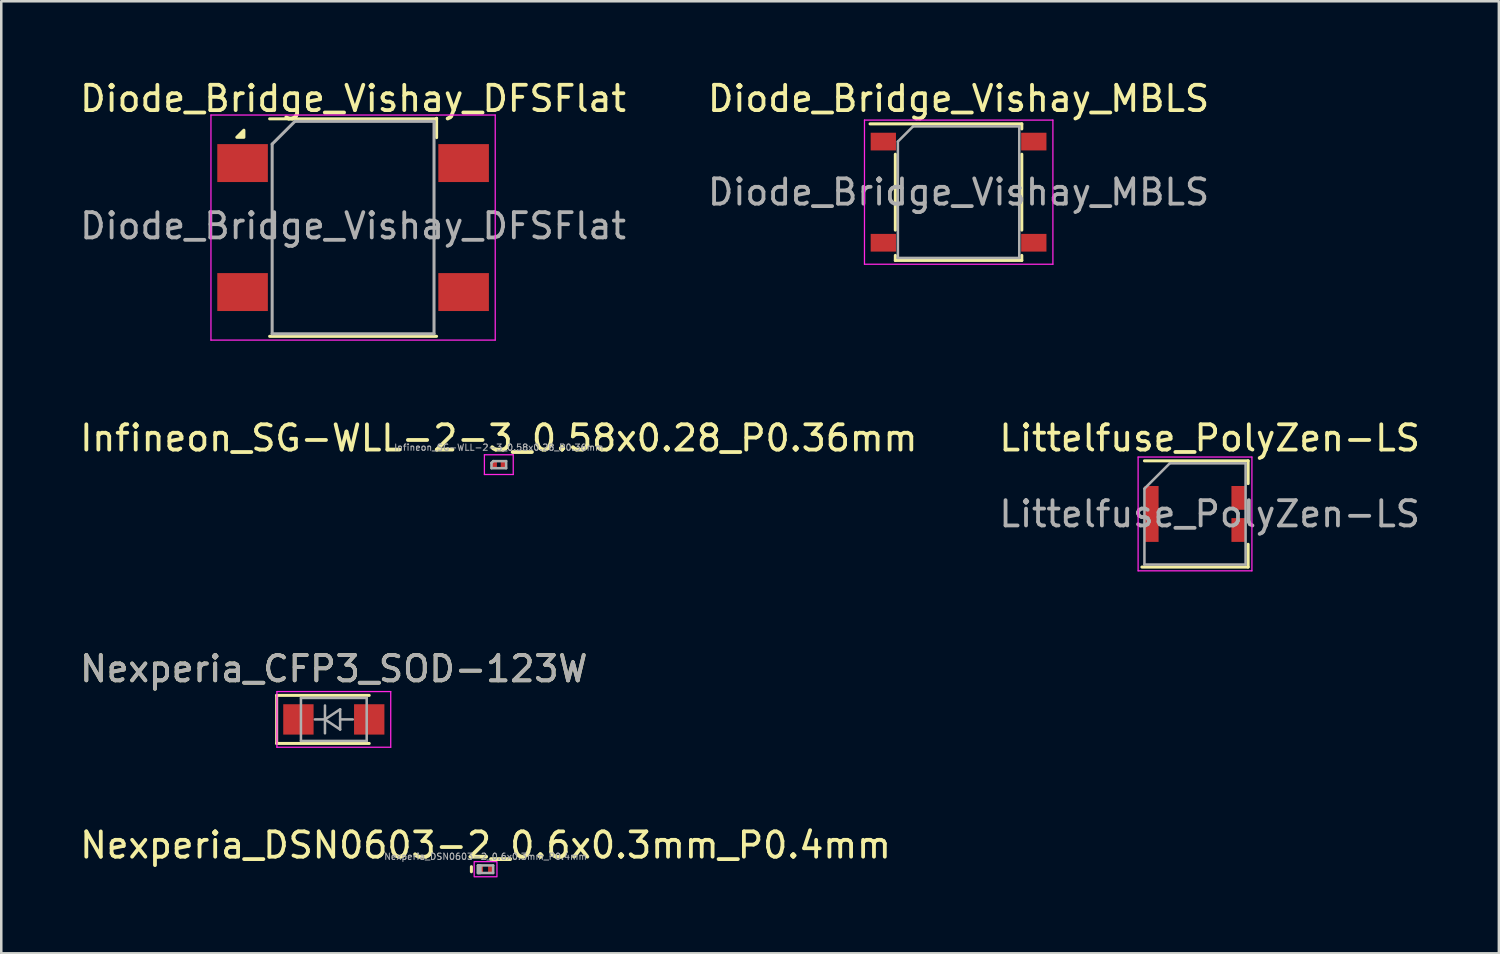
<source format=kicad_pcb>
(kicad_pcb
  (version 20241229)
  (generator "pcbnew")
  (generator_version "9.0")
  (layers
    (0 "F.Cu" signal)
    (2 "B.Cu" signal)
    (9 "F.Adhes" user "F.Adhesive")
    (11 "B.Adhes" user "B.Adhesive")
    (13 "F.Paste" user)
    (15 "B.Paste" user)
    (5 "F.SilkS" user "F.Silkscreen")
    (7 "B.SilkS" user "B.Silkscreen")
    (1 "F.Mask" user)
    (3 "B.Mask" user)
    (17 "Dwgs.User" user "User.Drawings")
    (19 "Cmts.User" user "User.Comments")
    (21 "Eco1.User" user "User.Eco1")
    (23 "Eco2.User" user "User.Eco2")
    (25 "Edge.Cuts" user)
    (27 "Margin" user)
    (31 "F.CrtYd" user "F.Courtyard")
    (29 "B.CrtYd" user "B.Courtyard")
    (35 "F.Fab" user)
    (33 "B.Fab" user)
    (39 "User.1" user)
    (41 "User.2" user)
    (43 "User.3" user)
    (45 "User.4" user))
  (footprint "Diode_Bridge_Vishay_MBLS"
    (layer "F.Cu")
    (at 34.851 4.548)
    (property "Reference" "Diode_Bridge_Vishay_MBLS" (at 0 -3.7 0) (layer "F.SilkS") (effects (font (size 1 1) (thickness 0.15))))
    (attr smd)
    (fp_line (start -2.5 1.5) (end -2.5 -1.5) (stroke (width 0.12) (type solid)) (layer "F.SilkS"))
    (fp_line (start -2.5 2.7) (end -2.5 2.5) (stroke (width 0.12) (type solid)) (layer "F.SilkS"))
    (fp_line (start 2.5 -2.7) (end -3.5 -2.7) (stroke (width 0.12) (type solid)) (layer "F.SilkS"))
    (fp_line (start 2.5 -2.5) (end 2.5 -2.7) (stroke (width 0.12) (type solid)) (layer "F.SilkS"))
    (fp_line (start 2.5 -1.5) (end 2.5 1.5) (stroke (width 0.12) (type solid)) (layer "F.SilkS"))
    (fp_line (start 2.5 2.5) (end 2.5 2.7) (stroke (width 0.12) (type solid)) (layer "F.SilkS"))
    (fp_line (start 2.5 2.7) (end -2.5 2.7) (stroke (width 0.12) (type solid)) (layer "F.SilkS"))
    (fp_line (start -3.72 -2.85) (end -3.72 2.85) (stroke (width 0.05) (type solid)) (layer "F.CrtYd"))
    (fp_line (start -3.72 -2.85) (end 3.73 -2.85) (stroke (width 0.05) (type solid)) (layer "F.CrtYd"))
    (fp_line (start 3.73 2.85) (end -3.72 2.85) (stroke (width 0.05) (type solid)) (layer "F.CrtYd"))
    (fp_line (start 3.73 2.85) (end 3.73 -2.85) (stroke (width 0.05) (type solid)) (layer "F.CrtYd"))
    (fp_line (start -2.4 -2) (end -2.4 2.6) (stroke (width 0.1) (type solid)) (layer "F.Fab"))
    (fp_line (start -2.4 2.6) (end 2.4 2.6) (stroke (width 0.1) (type solid)) (layer "F.Fab"))
    (fp_line (start -1.8 -2.6) (end -2.4 -2) (stroke (width 0.1) (type solid)) (layer "F.Fab"))
    (fp_line (start 2.4 -2.6) (end -1.8 -2.6) (stroke (width 0.1) (type solid)) (layer "F.Fab"))
    (fp_line (start 2.4 2.6) (end 2.4 -2.6) (stroke (width 0.1) (type solid)) (layer "F.Fab"))
    (fp_text user "${REFERENCE}" (at 0 0 0) (layer "F.Fab") (effects (font (size 1 1) (thickness 0.15))))
    (pad "1" smd rect (at -2.975 -2) (size 1 0.7) (layers "F.Cu" "F.Mask" "F.Paste"))
    (pad "2" smd rect (at 2.975 -2) (size 1 0.7) (layers "F.Cu" "F.Mask" "F.Paste"))
    (pad "3" smd rect (at 2.975 2) (size 1 0.7) (layers "F.Cu" "F.Mask" "F.Paste"))
    (pad "4" smd rect (at -2.975 2) (size 1 0.7) (layers "F.Cu" "F.Mask" "F.Paste")))
  (footprint "Nexperia_CFP3_SOD-123W"
    (layer "F.Cu")
    (at 10.149 25.395)
    (property "Reference" "Nexperia_CFP3_SOD-123W" (at 0 -2 0) (layer "F.SilkS") (effects (font (size 1 1) (thickness 0.15))))
    (attr smd)
    (fp_line (start -2.26 -0.95) (end -2.26 0.95) (stroke (width 0.12) (type solid)) (layer "F.SilkS"))
    (fp_line (start -2.26 -0.95) (end 1.4 -0.95) (stroke (width 0.12) (type solid)) (layer "F.SilkS"))
    (fp_line (start -2.26 0.95) (end 1.4 0.95) (stroke (width 0.12) (type solid)) (layer "F.SilkS"))
    (fp_line (start -2.25 -1.1) (end -2.25 1.1) (stroke (width 0.05) (type solid)) (layer "F.CrtYd"))
    (fp_line (start -2.25 -1.1) (end 2.25 -1.1) (stroke (width 0.05) (type solid)) (layer "F.CrtYd"))
    (fp_line (start 2.25 -1.1) (end 2.25 1.1) (stroke (width 0.05) (type solid)) (layer "F.CrtYd"))
    (fp_line (start 2.25 1.1) (end -2.25 1.1) (stroke (width 0.05) (type solid)) (layer "F.CrtYd"))
    (fp_line (start -1.3 -0.85) (end 1.3 -0.85) (stroke (width 0.1) (type solid)) (layer "F.Fab"))
    (fp_line (start -1.3 0.85) (end -1.3 -0.85) (stroke (width 0.1) (type solid)) (layer "F.Fab"))
    (fp_line (start -0.75 0) (end -0.35 0) (stroke (width 0.1) (type solid)) (layer "F.Fab"))
    (fp_line (start -0.35 -0.55) (end -0.35 0.55) (stroke (width 0.1) (type solid)) (layer "F.Fab"))
    (fp_line (start -0.35 0) (end 0.25 -0.4) (stroke (width 0.1) (type solid)) (layer "F.Fab"))
    (fp_line (start -0.35 0) (end 0.25 0.4) (stroke (width 0.1) (type solid)) (layer "F.Fab"))
    (fp_line (start 0.25 -0.4) (end 0.25 0.4) (stroke (width 0.1) (type solid)) (layer "F.Fab"))
    (fp_line (start 0.75 0) (end 0.25 0) (stroke (width 0.1) (type solid)) (layer "F.Fab"))
    (fp_line (start 1.3 -0.85) (end 1.3 0.85) (stroke (width 0.1) (type solid)) (layer "F.Fab"))
    (fp_line (start 1.3 0.85) (end -1.3 0.85) (stroke (width 0.1) (type solid)) (layer "F.Fab"))
    (fp_text user "${REFERENCE}" (at 0 -2 0) (layer "F.Fab") (effects (font (size 1 1) (thickness 0.15))))
    (pad "1" smd rect (at -1.4 0) (size 1.2 1.2) (layers "F.Cu" "F.Mask" "F.Paste"))
    (pad "2" smd rect (at 1.4 0) (size 1.2 1.2) (layers "F.Cu" "F.Mask" "F.Paste")))
  (footprint "Infineon_SG-WLL-2-3_0.58x0.28_P0.36mm"
    (layer "F.Cu")
    (at 16.673 15.322)
    (property "Reference" "Infineon_SG-WLL-2-3_0.58x0.28_P0.36mm" (at 0 -1.05 0) (layer "F.SilkS") (effects (font (size 1 1) (thickness 0.15))))
    (attr smd)
    (fp_line (start -0.57 -0.39) (end -0.57 0.39) (stroke (width 0.05) (type solid)) (layer "F.CrtYd"))
    (fp_line (start -0.57 0.39) (end 0.57 0.39) (stroke (width 0.05) (type solid)) (layer "F.CrtYd"))
    (fp_line (start 0.57 -0.39) (end -0.57 -0.39) (stroke (width 0.05) (type solid)) (layer "F.CrtYd"))
    (fp_line (start 0.57 0.39) (end 0.57 -0.39) (stroke (width 0.05) (type solid)) (layer "F.CrtYd"))
    (fp_line (start -0.29 -0.07) (end -0.22 -0.14) (stroke (width 0.1) (type solid)) (layer "F.Fab"))
    (fp_line (start -0.29 0.14) (end -0.29 -0.07) (stroke (width 0.1) (type solid)) (layer "F.Fab"))
    (fp_line (start -0.22 -0.14) (end 0.29 -0.14) (stroke (width 0.1) (type solid)) (layer "F.Fab"))
    (fp_line (start 0.29 -0.14) (end 0.29 0.14) (stroke (width 0.1) (type solid)) (layer "F.Fab"))
    (fp_line (start 0.29 0.14) (end -0.29 0.14) (stroke (width 0.1) (type solid)) (layer "F.Fab"))
    (fp_text user "${REFERENCE}" (at 0 -0.68 0) (layer "F.Fab") (effects (font (size 0.25 0.25) (thickness 0.04))))
    (pad "" smd roundrect (at -0.185 0) (size 0.21 0.29) (layers "F.Paste") (roundrect_rratio 0.476))
    (pad "" smd roundrect (at 0.185 0) (size 0.21 0.29) (layers "F.Paste") (roundrect_rratio 0.476))
    (pad "1" smd roundrect (at -0.185 0) (size 0.22 0.3) (layers "F.Cu" "F.Mask") (roundrect_rratio 0.25))
    (pad "2" smd roundrect (at 0.185 0) (size 0.22 0.3) (layers "F.Cu" "F.Mask") (roundrect_rratio 0.25)))
  (footprint "Littelfuse_PolyZen-LS"
    (layer "F.Cu")
    (at 44.2 17.271)
    (property "Reference" "Littelfuse_PolyZen-LS" (at 0.58 -3 0) (layer "F.SilkS") (effects (font (size 1 1) (thickness 0.15))))
    (attr smd)
    (fp_line (start 2.1 -2.1) (end -2 -2.1) (stroke (width 0.12) (type solid)) (layer "F.SilkS"))
    (fp_line (start 2.1 -2.1) (end 2.1 -1.2) (stroke (width 0.12) (type solid)) (layer "F.SilkS"))
    (fp_line (start 2.1 2.1) (end -2.1 2.1) (stroke (width 0.12) (type solid)) (layer "F.SilkS"))
    (fp_line (start 2.1 2.1) (end 2.1 1.2) (stroke (width 0.12) (type solid)) (layer "F.SilkS"))
    (fp_line (start -2.25 -2.25) (end 2.25 -2.25) (stroke (width 0.05) (type solid)) (layer "F.CrtYd"))
    (fp_line (start -2.25 2.25) (end -2.25 -2.25) (stroke (width 0.05) (type solid)) (layer "F.CrtYd"))
    (fp_line (start 2.25 -2.25) (end 2.25 2.25) (stroke (width 0.05) (type solid)) (layer "F.CrtYd"))
    (fp_line (start 2.25 2.25) (end -2.25 2.25) (stroke (width 0.05) (type solid)) (layer "F.CrtYd"))
    (fp_line (start -2 2) (end -2 -1) (stroke (width 0.1) (type solid)) (layer "F.Fab"))
    (fp_line (start -1 -2) (end -2 -1) (stroke (width 0.1) (type solid)) (layer "F.Fab"))
    (fp_line (start 2 -2) (end -1 -2) (stroke (width 0.1) (type solid)) (layer "F.Fab"))
    (fp_line (start 2 -2) (end 2 2) (stroke (width 0.1) (type solid)) (layer "F.Fab"))
    (fp_line (start 2 2) (end -2 2) (stroke (width 0.1) (type solid)) (layer "F.Fab"))
    (fp_text user "${REFERENCE}" (at 0.58 0 0) (layer "F.Fab") (effects (font (size 1 1) (thickness 0.15))))
    (pad "1" smd rect (at -1.72 0) (size 0.56 2.21) (layers "F.Cu" "F.Mask" "F.Paste"))
    (pad "2" smd rect (at 1.72 -0.635) (size 0.56 0.94) (layers "F.Cu" "F.Mask" "F.Paste"))
    (pad "3" smd rect (at 1.72 0.635) (size 0.56 0.94) (layers "F.Cu" "F.Mask" "F.Paste")))
  (footprint "Nexperia_DSN0603-2_0.6x0.3mm_P0.4mm"
    (layer "F.Cu")
    (at 16.149 31.318)
    (property "Reference" "Nexperia_DSN0603-2_0.6x0.3mm_P0.4mm" (at 0 -0.95 0) (layer "F.SilkS") (effects (font (size 1 1) (thickness 0.15))))
    (attr smd)
    (fp_line (start -0.56 0.1) (end -0.56 -0.1) (stroke (width 0.12) (type solid)) (layer "F.SilkS"))
    (fp_circle (center -0.208 0) (end -0.208 -0.128) (stroke (width 0) (type solid)) (fill yes) (layer "F.Paste"))
    (fp_circle (center 0.208 0) (end 0.208 -0.128) (stroke (width 0) (type solid)) (fill yes) (layer "F.Paste"))
    (fp_rect (start -0.45 0.3) (end 0.45 -0.3) (stroke (width 0.05) (type solid)) (fill no) (layer "F.CrtYd"))
    (fp_line (start -0.3 -0.15) (end 0.3 -0.15) (stroke (width 0.1) (type solid)) (layer "F.Fab"))
    (fp_line (start -0.3 0.15) (end -0.3 -0.15) (stroke (width 0.1) (type solid)) (layer "F.Fab"))
    (fp_line (start 0.3 -0.15) (end 0.3 0.15) (stroke (width 0.1) (type solid)) (layer "F.Fab"))
    (fp_line (start 0.3 0.15) (end -0.3 0.15) (stroke (width 0.1) (type solid)) (layer "F.Fab"))
    (fp_rect (start -0.3 -0.15) (end -0.2 0.15) (stroke (width 0.1) (type solid)) (fill no) (layer "F.Fab"))
    (fp_text user "${REFERENCE}" (at 0 -0.5 180) (layer "F.Fab") (effects (font (size 0.25 0.25) (thickness 0.04))))
    (pad "1" smd rect (at -0.2 0 90) (size 0.28 0.2) (layers "F.Cu" "F.Mask"))
    (pad "2" smd rect (at 0.2 0 90) (size 0.28 0.2) (layers "F.Cu" "F.Mask")))
  (footprint "Diode_Bridge_Vishay_DFSFlat"
    (layer "F.Cu")
    (at 10.911 5.948)
    (property "Reference" "Diode_Bridge_Vishay_DFSFlat" (at 0 -5.1 0) (layer "F.SilkS") (effects (font (size 1 1) (thickness 0.15))))
    (attr smd)
    (fp_line (start -3.3 -4.3) (end 3.3 -4.3) (stroke (width 0.12) (type solid)) (layer "F.SilkS"))
    (fp_line (start -3.3 4.3) (end 3.3 4.3) (stroke (width 0.12) (type solid)) (layer "F.SilkS"))
    (fp_line (start 3.302 -4.318) (end 3.302 -4.318) (stroke (width 0.12) (type solid)) (layer "F.SilkS"))
    (fp_line (start 3.302 -3.556) (end 3.302 -4.318) (stroke (width 0.12) (type solid)) (layer "F.SilkS"))
    (fp_poly (pts (xy -4.318 -3.57) (xy -4.598 -3.57) (xy -4.318 -3.85) (xy -4.318 -3.57)) (stroke (width 0.12) (type solid)) (fill yes) (layer "F.SilkS"))
    (fp_line (start -5.62 -4.45) (end -5.62 4.45) (stroke (width 0.05) (type solid)) (layer "F.CrtYd"))
    (fp_line (start -5.62 -4.45) (end 5.62 -4.45) (stroke (width 0.05) (type solid)) (layer "F.CrtYd"))
    (fp_line (start 5.62 4.45) (end -5.62 4.45) (stroke (width 0.05) (type solid)) (layer "F.CrtYd"))
    (fp_line (start 5.62 4.45) (end 5.62 -4.45) (stroke (width 0.05) (type solid)) (layer "F.CrtYd"))
    (fp_line (start -3.2 -3.3) (end -2.3 -4.2) (stroke (width 0.12) (type solid)) (layer "F.Fab"))
    (fp_line (start -3.2 4.2) (end -3.2 -3.3) (stroke (width 0.12) (type solid)) (layer "F.Fab"))
    (fp_line (start -2.3 -4.2) (end 3.2 -4.2) (stroke (width 0.12) (type solid)) (layer "F.Fab"))
    (fp_line (start 3.2 -4.2) (end 3.2 4.2) (stroke (width 0.12) (type solid)) (layer "F.Fab"))
    (fp_line (start 3.2 4.2) (end -3.2 4.2) (stroke (width 0.12) (type solid)) (layer "F.Fab"))
    (fp_text user "${REFERENCE}" (at 0 -0.065 0) (layer "F.Fab") (effects (font (size 1 1) (thickness 0.15))))
    (pad "1" smd rect (at -4.37 -2.55) (size 2 1.5) (layers "F.Cu" "F.Mask" "F.Paste"))
    (pad "2" smd rect (at -4.37 2.55) (size 2 1.5) (layers "F.Cu" "F.Mask" "F.Paste"))
    (pad "3" smd rect (at 4.37 2.55) (size 2 1.5) (layers "F.Cu" "F.Mask" "F.Paste"))
    (pad "4" smd rect (at 4.37 -2.55) (size 2 1.5) (layers "F.Cu" "F.Mask" "F.Paste")))
  (gr_rect
    (start -3 -3)
    (end 56.214 34.643)
    (stroke (width 0.1) (type default))
    (fill no)
    (layer "Edge.Cuts")))
</source>
